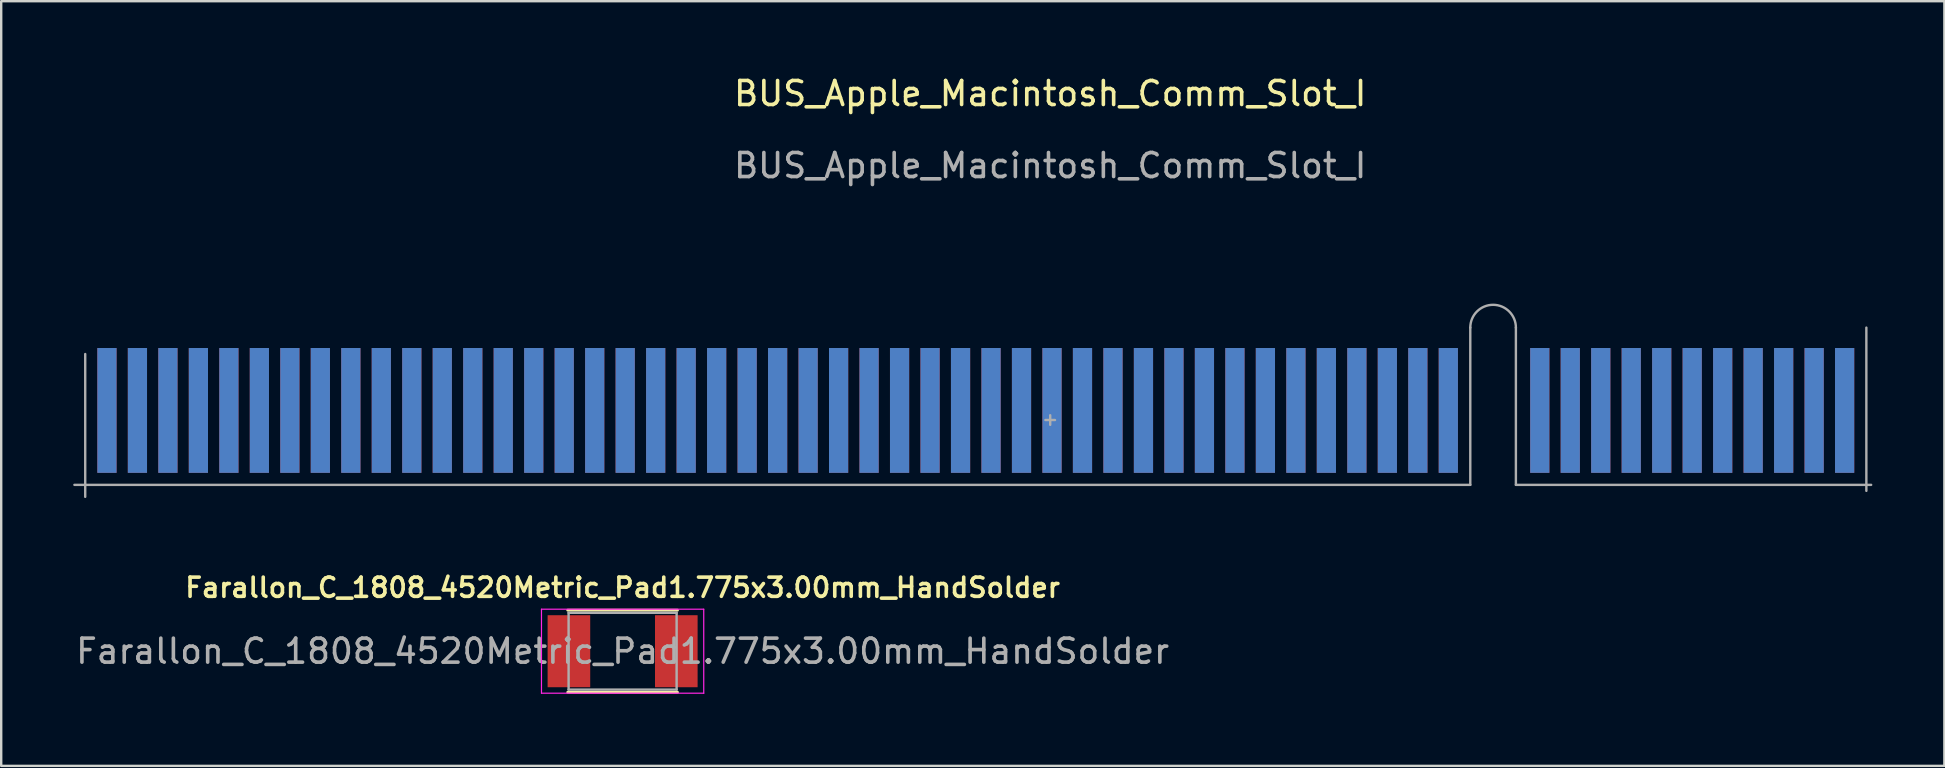
<source format=kicad_pcb>
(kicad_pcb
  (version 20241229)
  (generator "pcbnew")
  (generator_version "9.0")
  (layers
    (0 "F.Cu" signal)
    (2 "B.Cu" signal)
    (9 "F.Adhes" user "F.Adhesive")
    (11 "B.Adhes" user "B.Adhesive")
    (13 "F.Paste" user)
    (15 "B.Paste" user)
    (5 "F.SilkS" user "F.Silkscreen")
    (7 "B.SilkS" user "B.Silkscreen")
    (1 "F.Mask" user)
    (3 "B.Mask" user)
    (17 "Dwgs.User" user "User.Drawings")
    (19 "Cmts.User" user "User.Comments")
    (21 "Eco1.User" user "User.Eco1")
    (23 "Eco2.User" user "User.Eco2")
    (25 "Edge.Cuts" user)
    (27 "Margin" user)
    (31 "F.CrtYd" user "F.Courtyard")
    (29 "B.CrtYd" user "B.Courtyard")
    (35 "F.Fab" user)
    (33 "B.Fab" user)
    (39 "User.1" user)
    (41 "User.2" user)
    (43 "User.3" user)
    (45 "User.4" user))
  (footprint "Farallon_C_1808_4520Metric_Pad1.775x3.00mm_HandSolder"
    (layer "F.Cu")
    (at 22.887 24.079)
    (property "Reference" "Farallon_C_1808_4520Metric_Pad1.775x3.00mm_HandSolder" (at 0 -2.65 0) (layer "F.SilkS") (effects (font (size 0.8 0.8) (thickness 0.15))))
    (attr smd)
    (fp_line (start -2.286 -1.71) (end 2.286 -1.71) (stroke (width 0.12) (type solid)) (layer "F.SilkS"))
    (fp_line (start -2.286 1.71) (end 2.286 1.71) (stroke (width 0.12) (type solid)) (layer "F.SilkS"))
    (fp_line (start -3.38 -1.75) (end 3.38 -1.75) (stroke (width 0.05) (type solid)) (layer "F.CrtYd"))
    (fp_line (start -3.38 1.75) (end -3.38 -1.75) (stroke (width 0.05) (type solid)) (layer "F.CrtYd"))
    (fp_line (start 3.38 -1.75) (end 3.38 1.75) (stroke (width 0.05) (type solid)) (layer "F.CrtYd"))
    (fp_line (start 3.38 1.75) (end -3.38 1.75) (stroke (width 0.05) (type solid)) (layer "F.CrtYd"))
    (fp_line (start -2.25 -1.6) (end 2.25 -1.6) (stroke (width 0.1) (type solid)) (layer "F.Fab"))
    (fp_line (start -2.25 1.6) (end -2.25 -1.6) (stroke (width 0.1) (type solid)) (layer "F.Fab"))
    (fp_line (start 2.25 -1.6) (end 2.25 1.6) (stroke (width 0.1) (type solid)) (layer "F.Fab"))
    (fp_line (start 2.25 1.6) (end -2.25 1.6) (stroke (width 0.1) (type solid)) (layer "F.Fab"))
    (fp_text user "${REFERENCE}" (at 0 0 0) (layer "F.Fab") (effects (font (size 1 1) (thickness 0.15))))
    (pad "1" smd rect (at -2.237 0) (size 1.775 3) (layers "F.Cu" "F.Mask" "F.Paste"))
    (pad "2" smd rect (at 2.237 0) (size 1.775 3) (layers "F.Cu" "F.Mask" "F.Paste")))
  (footprint "BUS_Apple_Macintosh_Comm_Slot_I"
    (layer "F.Cu")
    (at 57.35 16.348)
    (property "Reference" "BUS_Apple_Macintosh_Comm_Slot_I" (at -16.65 -15.5 0) (unlocked yes) (layer "F.SilkS") (effects (font (size 1 1) (thickness 0.15))))
    (attr smd)
    (fp_rect (start 17.45 0.9) (end -56.95 -5.14) (stroke (width 0.12) (type solid)) (fill yes) (layer "F.Mask"))
    (fp_rect (start 17.45 0.9) (end -56.95 -5.14) (stroke (width 0.12) (type solid)) (fill yes) (layer "B.Mask"))
    (fp_line (start -57.3 0.8) (end 0.85 0.8) (stroke (width 0.1) (type solid)) (layer "F.Fab"))
    (fp_line (start -56.85 1.3) (end -56.85 -4.65) (stroke (width 0.1) (type solid)) (layer "F.Fab"))
    (fp_line (start -16.85 -1.9) (end -16.45 -1.9) (stroke (width 0.1) (type default)) (layer "F.Fab"))
    (fp_line (start -16.65 -2.1) (end -16.65 -1.7) (stroke (width 0.1) (type default)) (layer "F.Fab"))
    (fp_line (start 0.85 0.8) (end 0.85 -5.75) (stroke (width 0.1) (type solid)) (layer "F.Fab"))
    (fp_line (start 2.75 -5.75) (end 2.75 0.8) (stroke (width 0.1) (type solid)) (layer "F.Fab"))
    (fp_line (start 2.75 0.8) (end 17.55 0.8) (stroke (width 0.1) (type solid)) (layer "F.Fab"))
    (fp_line (start 17.35 1.05) (end 17.35 -5.75) (stroke (width 0.1) (type solid)) (layer "F.Fab"))
    (fp_arc (start 0.85 -5.75) (mid 1.8 -6.7) (end 2.75 -5.75) (stroke (width 0.1) (type solid)) (layer "F.Fab"))
    (fp_text user "${REFERENCE}" (at -16.65 -12.5 0) (unlocked yes) (layer "F.Fab") (effects (font (size 1 1) (thickness 0.15))))
    (pad "1" connect rect (at -55.945 -2.3) (size 0.8 5.2) (layers "B.Cu" "B.Mask"))
    (pad "2" connect rect (at -55.945 -2.3) (size 0.8 5.2) (layers "F.Cu" "F.Mask"))
    (pad "3" connect rect (at -54.675 -2.3) (size 0.8 5.2) (layers "B.Cu" "B.Mask"))
    (pad "4" connect rect (at -54.675 -2.3) (size 0.8 5.2) (layers "F.Cu" "F.Mask"))
    (pad "5" connect rect (at -53.405 -2.3) (size 0.8 5.2) (layers "B.Cu" "B.Mask"))
    (pad "6" connect rect (at -53.405 -2.3) (size 0.8 5.2) (layers "F.Cu" "F.Mask"))
    (pad "7" connect rect (at -52.135 -2.3) (size 0.8 5.2) (layers "B.Cu" "B.Mask"))
    (pad "8" connect rect (at -52.135 -2.3) (size 0.8 5.2) (layers "F.Cu" "F.Mask"))
    (pad "9" connect rect (at -50.865 -2.3) (size 0.8 5.2) (layers "B.Cu" "B.Mask"))
    (pad "10" connect rect (at -50.865 -2.3) (size 0.8 5.2) (layers "F.Cu" "F.Mask"))
    (pad "11" connect rect (at -49.595 -2.3) (size 0.8 5.2) (layers "B.Cu" "B.Mask"))
    (pad "12" connect rect (at -49.595 -2.3) (size 0.8 5.2) (layers "F.Cu" "F.Mask"))
    (pad "13" connect rect (at -48.325 -2.3) (size 0.8 5.2) (layers "B.Cu" "B.Mask"))
    (pad "14" connect rect (at -48.325 -2.3) (size 0.8 5.2) (layers "F.Cu" "F.Mask"))
    (pad "15" connect rect (at -47.055 -2.3) (size 0.8 5.2) (layers "B.Cu" "B.Mask"))
    (pad "16" connect rect (at -47.055 -2.3) (size 0.8 5.2) (layers "F.Cu" "F.Mask"))
    (pad "17" connect rect (at -45.785 -2.3) (size 0.8 5.2) (layers "B.Cu" "B.Mask"))
    (pad "18" connect rect (at -45.785 -2.3) (size 0.8 5.2) (layers "F.Cu" "F.Mask"))
    (pad "19" connect rect (at -44.515 -2.3) (size 0.8 5.2) (layers "B.Cu" "B.Mask"))
    (pad "20" connect rect (at -44.515 -2.3) (size 0.8 5.2) (layers "F.Cu" "F.Mask"))
    (pad "21" connect rect (at -43.245 -2.3) (size 0.8 5.2) (layers "B.Cu" "B.Mask"))
    (pad "22" connect rect (at -43.245 -2.3) (size 0.8 5.2) (layers "F.Cu" "F.Mask"))
    (pad "23" connect rect (at -41.975 -2.3) (size 0.8 5.2) (layers "B.Cu" "B.Mask"))
    (pad "24" connect rect (at -41.975 -2.3) (size 0.8 5.2) (layers "F.Cu" "F.Mask"))
    (pad "25" connect rect (at -40.705 -2.3) (size 0.8 5.2) (layers "B.Cu" "B.Mask"))
    (pad "26" connect rect (at -40.705 -2.3) (size 0.8 5.2) (layers "F.Cu" "F.Mask"))
    (pad "27" connect rect (at -39.435 -2.3) (size 0.8 5.2) (layers "B.Cu" "B.Mask"))
    (pad "28" connect rect (at -39.435 -2.3) (size 0.8 5.2) (layers "F.Cu" "F.Mask"))
    (pad "29" connect rect (at -38.165 -2.3) (size 0.8 5.2) (layers "B.Cu" "B.Mask"))
    (pad "30" connect rect (at -38.165 -2.3) (size 0.8 5.2) (layers "F.Cu" "F.Mask"))
    (pad "31" connect rect (at -36.895 -2.3) (size 0.8 5.2) (layers "B.Cu" "B.Mask"))
    (pad "32" connect rect (at -36.895 -2.3) (size 0.8 5.2) (layers "F.Cu" "F.Mask"))
    (pad "33" connect rect (at -35.625 -2.3) (size 0.8 5.2) (layers "B.Cu" "B.Mask"))
    (pad "34" connect rect (at -35.625 -2.3) (size 0.8 5.2) (layers "F.Cu" "F.Mask"))
    (pad "35" connect rect (at -34.355 -2.3) (size 0.8 5.2) (layers "B.Cu" "B.Mask"))
    (pad "36" connect rect (at -34.355 -2.3) (size 0.8 5.2) (layers "F.Cu" "F.Mask"))
    (pad "37" connect rect (at -33.085 -2.3) (size 0.8 5.2) (layers "B.Cu" "B.Mask"))
    (pad "38" connect rect (at -33.085 -2.3) (size 0.8 5.2) (layers "F.Cu" "F.Mask"))
    (pad "39" connect rect (at -31.815 -2.3) (size 0.8 5.2) (layers "B.Cu" "B.Mask"))
    (pad "40" connect rect (at -31.815 -2.3) (size 0.8 5.2) (layers "F.Cu" "F.Mask"))
    (pad "41" connect rect (at -30.545 -2.3) (size 0.8 5.2) (layers "B.Cu" "B.Mask"))
    (pad "42" connect rect (at -30.545 -2.3) (size 0.8 5.2) (layers "F.Cu" "F.Mask"))
    (pad "43" connect rect (at -29.275 -2.3) (size 0.8 5.2) (layers "B.Cu" "B.Mask"))
    (pad "44" connect rect (at -29.275 -2.3) (size 0.8 5.2) (layers "F.Cu" "F.Mask"))
    (pad "45" connect rect (at -28.005 -2.3) (size 0.8 5.2) (layers "B.Cu" "B.Mask"))
    (pad "46" connect rect (at -28.005 -2.3) (size 0.8 5.2) (layers "F.Cu" "F.Mask"))
    (pad "47" connect rect (at -26.735 -2.3) (size 0.8 5.2) (layers "B.Cu" "B.Mask"))
    (pad "48" connect rect (at -26.735 -2.3) (size 0.8 5.2) (layers "F.Cu" "F.Mask"))
    (pad "49" connect rect (at -25.465 -2.3) (size 0.8 5.2) (layers "B.Cu" "B.Mask"))
    (pad "50" connect rect (at -25.465 -2.3) (size 0.8 5.2) (layers "F.Cu" "F.Mask"))
    (pad "51" connect rect (at -24.195 -2.3) (size 0.8 5.2) (layers "B.Cu" "B.Mask"))
    (pad "52" connect rect (at -24.195 -2.3) (size 0.8 5.2) (layers "F.Cu" "F.Mask"))
    (pad "53" connect rect (at -22.925 -2.3) (size 0.8 5.2) (layers "B.Cu" "B.Mask"))
    (pad "54" connect rect (at -22.925 -2.3) (size 0.8 5.2) (layers "F.Cu" "F.Mask"))
    (pad "55" connect rect (at -21.655 -2.3) (size 0.8 5.2) (layers "B.Cu" "B.Mask"))
    (pad "56" connect rect (at -21.655 -2.3) (size 0.8 5.2) (layers "F.Cu" "F.Mask"))
    (pad "57" connect rect (at -20.385 -2.3) (size 0.8 5.2) (layers "B.Cu" "B.Mask"))
    (pad "58" connect rect (at -20.385 -2.3) (size 0.8 5.2) (layers "F.Cu" "F.Mask"))
    (pad "59" connect rect (at -19.115 -2.3) (size 0.8 5.2) (layers "B.Cu" "B.Mask"))
    (pad "60" connect rect (at -19.115 -2.3) (size 0.8 5.2) (layers "F.Cu" "F.Mask"))
    (pad "61" connect rect (at -17.845 -2.3) (size 0.8 5.2) (layers "B.Cu" "B.Mask"))
    (pad "62" connect rect (at -17.845 -2.3) (size 0.8 5.2) (layers "F.Cu" "F.Mask"))
    (pad "63" connect rect (at -16.575 -2.3) (size 0.8 5.2) (layers "B.Cu" "B.Mask"))
    (pad "64" connect rect (at -16.575 -2.3) (size 0.8 5.2) (layers "F.Cu" "F.Mask"))
    (pad "65" connect rect (at -15.305 -2.3) (size 0.8 5.2) (layers "B.Cu" "B.Mask"))
    (pad "66" connect rect (at -15.305 -2.3) (size 0.8 5.2) (layers "F.Cu" "F.Mask"))
    (pad "67" connect rect (at -14.035 -2.3) (size 0.8 5.2) (layers "B.Cu" "B.Mask"))
    (pad "68" connect rect (at -14.035 -2.3) (size 0.8 5.2) (layers "F.Cu" "F.Mask"))
    (pad "69" connect rect (at -12.765 -2.3) (size 0.8 5.2) (layers "B.Cu" "B.Mask"))
    (pad "70" connect rect (at -12.765 -2.3) (size 0.8 5.2) (layers "F.Cu" "F.Mask"))
    (pad "71" connect rect (at -11.495 -2.3) (size 0.8 5.2) (layers "B.Cu" "B.Mask"))
    (pad "72" connect rect (at -11.495 -2.3) (size 0.8 5.2) (layers "F.Cu" "F.Mask"))
    (pad "73" connect rect (at -10.225 -2.3) (size 0.8 5.2) (layers "B.Cu" "B.Mask"))
    (pad "74" connect rect (at -10.225 -2.3) (size 0.8 5.2) (layers "F.Cu" "F.Mask"))
    (pad "75" connect rect (at -8.955 -2.3) (size 0.8 5.2) (layers "B.Cu" "B.Mask"))
    (pad "76" connect rect (at -8.955 -2.3) (size 0.8 5.2) (layers "F.Cu" "F.Mask"))
    (pad "77" connect rect (at -7.685 -2.3) (size 0.8 5.2) (layers "B.Cu" "B.Mask"))
    (pad "78" connect rect (at -7.685 -2.3) (size 0.8 5.2) (layers "F.Cu" "F.Mask"))
    (pad "79" connect rect (at -6.415 -2.3) (size 0.8 5.2) (layers "B.Cu" "B.Mask"))
    (pad "80" connect rect (at -6.415 -2.3) (size 0.8 5.2) (layers "F.Cu" "F.Mask"))
    (pad "81" connect rect (at -5.145 -2.3) (size 0.8 5.2) (layers "B.Cu" "B.Mask"))
    (pad "82" connect rect (at -5.145 -2.3) (size 0.8 5.2) (layers "F.Cu" "F.Mask"))
    (pad "83" connect rect (at -3.875 -2.3) (size 0.8 5.2) (layers "B.Cu" "B.Mask"))
    (pad "84" connect rect (at -3.875 -2.3) (size 0.8 5.2) (layers "F.Cu" "F.Mask"))
    (pad "85" connect rect (at -2.605 -2.3) (size 0.8 5.2) (layers "B.Cu" "B.Mask"))
    (pad "86" connect rect (at -2.605 -2.3) (size 0.8 5.2) (layers "F.Cu" "F.Mask"))
    (pad "87" connect rect (at -1.335 -2.3) (size 0.8 5.2) (layers "B.Cu" "B.Mask"))
    (pad "88" connect rect (at -1.335 -2.3) (size 0.8 5.2) (layers "F.Cu" "F.Mask"))
    (pad "89" connect rect (at -0.065 -2.3) (size 0.8 5.2) (layers "B.Cu" "B.Mask"))
    (pad "90" connect rect (at -0.065 -2.3) (size 0.8 5.2) (layers "F.Cu" "F.Mask"))
    (pad "91" connect rect (at 3.745 -2.3) (size 0.8 5.2) (layers "B.Cu" "B.Mask"))
    (pad "92" connect rect (at 3.745 -2.3) (size 0.8 5.2) (layers "F.Cu" "F.Mask"))
    (pad "93" connect rect (at 5.015 -2.3) (size 0.8 5.2) (layers "B.Cu" "B.Mask"))
    (pad "94" connect rect (at 5.015 -2.3) (size 0.8 5.2) (layers "F.Cu" "F.Mask"))
    (pad "95" connect rect (at 6.285 -2.3) (size 0.8 5.2) (layers "B.Cu" "B.Mask"))
    (pad "96" connect rect (at 6.285 -2.3) (size 0.8 5.2) (layers "F.Cu" "F.Mask"))
    (pad "97" connect rect (at 7.555 -2.3) (size 0.8 5.2) (layers "B.Cu" "B.Mask"))
    (pad "98" connect rect (at 7.555 -2.3) (size 0.8 5.2) (layers "F.Cu" "F.Mask"))
    (pad "99" connect rect (at 8.825 -2.3) (size 0.8 5.2) (layers "B.Cu" "B.Mask"))
    (pad "100" connect rect (at 8.825 -2.3) (size 0.8 5.2) (layers "F.Cu" "F.Mask"))
    (pad "101" connect rect (at 10.095 -2.3) (size 0.8 5.2) (layers "B.Cu" "B.Mask"))
    (pad "102" connect rect (at 10.095 -2.3) (size 0.8 5.2) (layers "F.Cu" "F.Mask"))
    (pad "103" connect rect (at 11.365 -2.3) (size 0.8 5.2) (layers "B.Cu" "B.Mask"))
    (pad "104" connect rect (at 11.365 -2.3) (size 0.8 5.2) (layers "F.Cu" "F.Mask"))
    (pad "105" connect rect (at 12.635 -2.3) (size 0.8 5.2) (layers "B.Cu" "B.Mask"))
    (pad "106" connect rect (at 12.635 -2.3) (size 0.8 5.2) (layers "F.Cu" "F.Mask"))
    (pad "107" connect rect (at 13.905 -2.3) (size 0.8 5.2) (layers "B.Cu" "B.Mask"))
    (pad "108" connect rect (at 13.905 -2.3) (size 0.8 5.2) (layers "F.Cu" "F.Mask"))
    (pad "109" connect rect (at 15.175 -2.3) (size 0.8 5.2) (layers "B.Cu" "B.Mask"))
    (pad "110" connect rect (at 15.175 -2.3) (size 0.8 5.2) (layers "F.Cu" "F.Mask"))
    (pad "111" connect rect (at 16.445 -2.3) (size 0.8 5.2) (layers "B.Cu" "B.Mask"))
    (pad "112" connect rect (at 16.445 -2.3) (size 0.8 5.2) (layers "F.Cu" "F.Mask")))
  (gr_rect
    (start -3 -3)
    (end 77.95 28.855)
    (stroke (width 0.1) (type default))
    (fill no)
    (layer "Edge.Cuts")))
</source>
